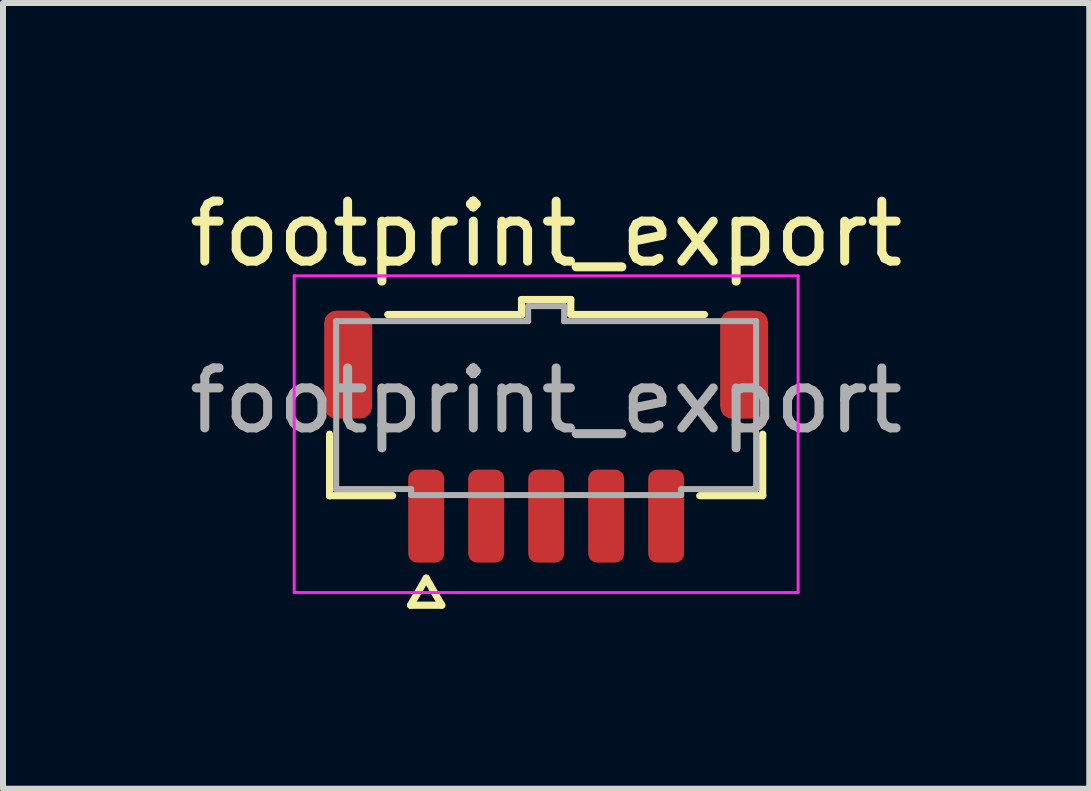
<source format=kicad_pcb>
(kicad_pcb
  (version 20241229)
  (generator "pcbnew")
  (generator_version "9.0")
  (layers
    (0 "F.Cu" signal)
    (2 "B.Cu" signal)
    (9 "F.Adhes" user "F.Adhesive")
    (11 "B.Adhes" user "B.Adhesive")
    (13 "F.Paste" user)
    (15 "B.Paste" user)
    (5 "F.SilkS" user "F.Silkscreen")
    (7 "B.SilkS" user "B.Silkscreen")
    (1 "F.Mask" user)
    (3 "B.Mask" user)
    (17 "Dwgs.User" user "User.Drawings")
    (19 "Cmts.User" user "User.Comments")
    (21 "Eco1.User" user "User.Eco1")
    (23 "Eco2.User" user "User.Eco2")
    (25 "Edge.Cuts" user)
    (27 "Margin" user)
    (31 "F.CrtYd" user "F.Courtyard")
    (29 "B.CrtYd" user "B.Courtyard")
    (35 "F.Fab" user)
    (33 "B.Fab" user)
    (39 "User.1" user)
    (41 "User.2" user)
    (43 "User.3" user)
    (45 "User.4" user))
  (footprint "footprint_export"
    (layer "F.Cu")
    (at 6.054 3.628)
    (property "Reference" "footprint_export" (at 0 -2.78 0) (layer "F.SilkS") (effects (font (size 1 1) (thickness 0.15))))
    (attr smd)
    (fp_line (start -3.61 1.585) (end -3.61 0.56) (stroke (width 0.12) (type solid)) (layer "F.SilkS"))
    (fp_line (start -2.64 -1.435) (end -0.41 -1.435) (stroke (width 0.12) (type solid)) (layer "F.SilkS"))
    (fp_line (start -2.56 1.585) (end -3.61 1.585) (stroke (width 0.12) (type solid)) (layer "F.SilkS"))
    (fp_line (start -2.26 3.41) (end -2 2.96) (stroke (width 0.12) (type solid)) (layer "F.SilkS"))
    (fp_line (start -2 2.96) (end -1.74 3.41) (stroke (width 0.12) (type solid)) (layer "F.SilkS"))
    (fp_line (start -1.74 3.41) (end -2.26 3.41) (stroke (width 0.12) (type solid)) (layer "F.SilkS"))
    (fp_line (start -0.41 -1.685) (end 0.41 -1.685) (stroke (width 0.12) (type solid)) (layer "F.SilkS"))
    (fp_line (start -0.41 -1.435) (end -0.41 -1.685) (stroke (width 0.12) (type solid)) (layer "F.SilkS"))
    (fp_line (start 0.41 -1.685) (end 0.41 -1.435) (stroke (width 0.12) (type solid)) (layer "F.SilkS"))
    (fp_line (start 0.41 -1.435) (end 2.64 -1.435) (stroke (width 0.12) (type solid)) (layer "F.SilkS"))
    (fp_line (start 3.61 0.56) (end 3.61 1.585) (stroke (width 0.12) (type solid)) (layer "F.SilkS"))
    (fp_line (start 3.61 1.585) (end 2.56 1.585) (stroke (width 0.12) (type solid)) (layer "F.SilkS"))
    (fp_line (start -4.2 -2.08) (end -4.2 3.2) (stroke (width 0.05) (type solid)) (layer "F.CrtYd"))
    (fp_line (start -4.2 3.2) (end 4.2 3.2) (stroke (width 0.05) (type solid)) (layer "F.CrtYd"))
    (fp_line (start 4.2 -2.08) (end -4.2 -2.08) (stroke (width 0.05) (type solid)) (layer "F.CrtYd"))
    (fp_line (start 4.2 3.2) (end 4.2 -2.08) (stroke (width 0.05) (type solid)) (layer "F.CrtYd"))
    (fp_line (start -3.5 -1.325) (end -0.3 -1.325) (stroke (width 0.1) (type solid)) (layer "F.Fab"))
    (fp_line (start -3.5 1.475) (end -3.5 -1.325) (stroke (width 0.1) (type solid)) (layer "F.Fab"))
    (fp_line (start -2.25 1.475) (end -3.5 1.475) (stroke (width 0.1) (type solid)) (layer "F.Fab"))
    (fp_line (start -2.25 1.575) (end -2.25 1.475) (stroke (width 0.1) (type solid)) (layer "F.Fab"))
    (fp_line (start -0.3 -1.575) (end 0.3 -1.575) (stroke (width 0.1) (type solid)) (layer "F.Fab"))
    (fp_line (start -0.3 -1.325) (end -0.3 -1.575) (stroke (width 0.1) (type solid)) (layer "F.Fab"))
    (fp_line (start 0.3 -1.575) (end 0.3 -1.325) (stroke (width 0.1) (type solid)) (layer "F.Fab"))
    (fp_line (start 0.3 -1.325) (end 3.5 -1.325) (stroke (width 0.1) (type solid)) (layer "F.Fab"))
    (fp_line (start 2.25 1.475) (end 2.25 1.575) (stroke (width 0.1) (type solid)) (layer "F.Fab"))
    (fp_line (start 2.25 1.575) (end -2.25 1.575) (stroke (width 0.1) (type solid)) (layer "F.Fab"))
    (fp_line (start 3.5 -1.325) (end 3.5 1.475) (stroke (width 0.1) (type solid)) (layer "F.Fab"))
    (fp_line (start 3.5 1.475) (end 2.25 1.475) (stroke (width 0.1) (type solid)) (layer "F.Fab"))
    (fp_text user "${REFERENCE}" (at 0 0 0) (layer "F.Fab") (effects (font (size 1 1) (thickness 0.15))))
    (pad "1" smd roundrect (at -2 1.925) (size 0.6 1.55) (layers "F.Cu" "F.Mask" "F.Paste") (roundrect_rratio 0.25))
    (pad "2" smd roundrect (at -1 1.925) (size 0.6 1.55) (layers "F.Cu" "F.Mask" "F.Paste") (roundrect_rratio 0.25))
    (pad "3" smd roundrect (at 0 1.925) (size 0.6 1.55) (layers "F.Cu" "F.Mask" "F.Paste") (roundrect_rratio 0.25))
    (pad "4" smd roundrect (at 1 1.925) (size 0.6 1.55) (layers "F.Cu" "F.Mask" "F.Paste") (roundrect_rratio 0.25))
    (pad "5" smd roundrect (at 2 1.925) (size 0.6 1.55) (layers "F.Cu" "F.Mask" "F.Paste") (roundrect_rratio 0.25))
    (pad "MP" smd roundrect (at -3.3 -0.6) (size 0.8 1.8) (layers "F.Cu" "F.Mask" "F.Paste") (roundrect_rratio 0.25))
    (pad "MP" smd roundrect (at 3.3 -0.6) (size 0.8 1.8) (layers "F.Cu" "F.Mask" "F.Paste") (roundrect_rratio 0.25)))
  (gr_rect
    (start -3 -3)
    (end 15.107 10.098)
    (stroke (width 0.1) (type default))
    (fill no)
    (layer "Edge.Cuts")))
</source>
